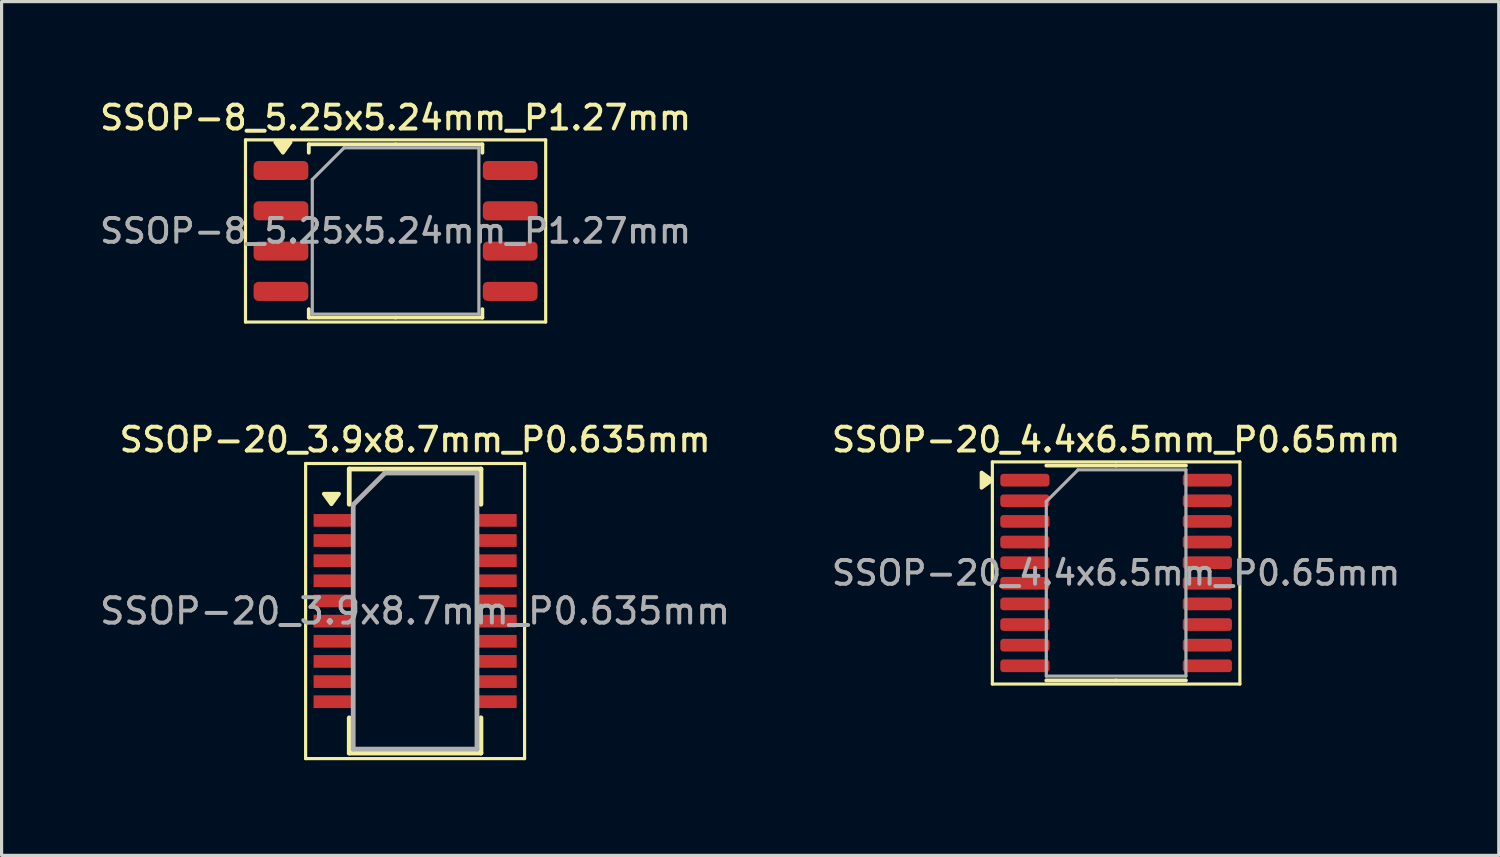
<source format=kicad_pcb>
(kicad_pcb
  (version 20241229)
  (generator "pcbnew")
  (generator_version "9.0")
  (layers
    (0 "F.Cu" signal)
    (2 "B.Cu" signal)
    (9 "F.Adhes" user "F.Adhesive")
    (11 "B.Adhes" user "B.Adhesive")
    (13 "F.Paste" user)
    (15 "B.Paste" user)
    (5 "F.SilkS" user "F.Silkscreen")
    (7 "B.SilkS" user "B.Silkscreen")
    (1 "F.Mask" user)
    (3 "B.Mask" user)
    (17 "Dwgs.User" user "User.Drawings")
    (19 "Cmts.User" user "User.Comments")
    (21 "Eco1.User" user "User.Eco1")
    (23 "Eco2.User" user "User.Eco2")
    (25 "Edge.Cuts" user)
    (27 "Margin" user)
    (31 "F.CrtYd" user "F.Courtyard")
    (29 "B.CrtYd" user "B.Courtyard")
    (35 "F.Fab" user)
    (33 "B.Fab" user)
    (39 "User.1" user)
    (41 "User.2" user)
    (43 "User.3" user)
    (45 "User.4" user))
  (footprint "SSOP-20_3.9x8.7mm_P0.635mm"
    (layer "F.Cu")
    (at 10.031 16.206)
    (property "Reference" "SSOP-20_3.9x8.7mm_P0.635mm" (at 0 -5.4 0) (layer "F.SilkS") (effects (font (size 0.75 0.75) (thickness 0.125))))
    (attr smd)
    (fp_line (start -3.45 -4.65) (end -3.45 4.65) (stroke (width 0.1) (type solid)) (layer "F.SilkS"))
    (fp_line (start -3.45 -4.65) (end 3.45 -4.65) (stroke (width 0.1) (type solid)) (layer "F.SilkS"))
    (fp_line (start -3.45 4.65) (end 3.45 4.65) (stroke (width 0.1) (type solid)) (layer "F.SilkS"))
    (fp_line (start -2.075 -4.475) (end 2.075 -4.475) (stroke (width 0.15) (type solid)) (layer "F.SilkS"))
    (fp_line (start -2.075 -3.365) (end -2.075 -4.475) (stroke (width 0.15) (type solid)) (layer "F.SilkS"))
    (fp_line (start -2.075 4.475) (end -2.075 3.365) (stroke (width 0.15) (type solid)) (layer "F.SilkS"))
    (fp_line (start -2.075 4.475) (end 2.075 4.475) (stroke (width 0.15) (type solid)) (layer "F.SilkS"))
    (fp_line (start 2.075 -4.475) (end 2.075 -3.365) (stroke (width 0.15) (type solid)) (layer "F.SilkS"))
    (fp_line (start 2.075 4.475) (end 2.075 3.365) (stroke (width 0.15) (type solid)) (layer "F.SilkS"))
    (fp_line (start 3.45 -4.65) (end 3.45 4.65) (stroke (width 0.1) (type solid)) (layer "F.SilkS"))
    (fp_poly (pts (xy -2.638 -3.365) (xy -2.877 -3.695) (xy -2.397 -3.695) (xy -2.638 -3.365)) (stroke (width 0.12) (type solid)) (fill yes) (layer "F.SilkS"))
    (fp_line (start -1.95 -3.35) (end -0.95 -4.35) (stroke (width 0.15) (type solid)) (layer "F.Fab"))
    (fp_line (start -1.95 4.35) (end -1.95 -3.35) (stroke (width 0.15) (type solid)) (layer "F.Fab"))
    (fp_line (start -0.95 -4.35) (end 1.95 -4.35) (stroke (width 0.15) (type solid)) (layer "F.Fab"))
    (fp_line (start 1.95 -4.35) (end 1.95 4.35) (stroke (width 0.15) (type solid)) (layer "F.Fab"))
    (fp_line (start 1.95 4.35) (end -1.95 4.35) (stroke (width 0.15) (type solid)) (layer "F.Fab"))
    (fp_text user "${REFERENCE}" (at 0 0 0) (layer "F.Fab") (effects (font (size 0.8 0.8) (thickness 0.125))))
    (pad "1" smd rect (at -2.6 -2.857) (size 1.2 0.4) (layers "F.Cu" "F.Mask" "F.Paste"))
    (pad "2" smd rect (at -2.6 -2.223) (size 1.2 0.4) (layers "F.Cu" "F.Mask" "F.Paste"))
    (pad "3" smd rect (at -2.6 -1.587) (size 1.2 0.4) (layers "F.Cu" "F.Mask" "F.Paste"))
    (pad "4" smd rect (at -2.6 -0.953) (size 1.2 0.4) (layers "F.Cu" "F.Mask" "F.Paste"))
    (pad "5" smd rect (at -2.6 -0.318) (size 1.2 0.4) (layers "F.Cu" "F.Mask" "F.Paste"))
    (pad "6" smd rect (at -2.6 0.318) (size 1.2 0.4) (layers "F.Cu" "F.Mask" "F.Paste"))
    (pad "7" smd rect (at -2.6 0.953) (size 1.2 0.4) (layers "F.Cu" "F.Mask" "F.Paste"))
    (pad "8" smd rect (at -2.6 1.587) (size 1.2 0.4) (layers "F.Cu" "F.Mask" "F.Paste"))
    (pad "9" smd rect (at -2.6 2.223) (size 1.2 0.4) (layers "F.Cu" "F.Mask" "F.Paste"))
    (pad "10" smd rect (at -2.6 2.857) (size 1.2 0.4) (layers "F.Cu" "F.Mask" "F.Paste"))
    (pad "11" smd rect (at 2.6 2.857) (size 1.2 0.4) (layers "F.Cu" "F.Mask" "F.Paste"))
    (pad "12" smd rect (at 2.6 2.223) (size 1.2 0.4) (layers "F.Cu" "F.Mask" "F.Paste"))
    (pad "13" smd rect (at 2.6 1.587) (size 1.2 0.4) (layers "F.Cu" "F.Mask" "F.Paste"))
    (pad "14" smd rect (at 2.6 0.953) (size 1.2 0.4) (layers "F.Cu" "F.Mask" "F.Paste"))
    (pad "15" smd rect (at 2.6 0.318) (size 1.2 0.4) (layers "F.Cu" "F.Mask" "F.Paste"))
    (pad "16" smd rect (at 2.6 -0.318) (size 1.2 0.4) (layers "F.Cu" "F.Mask" "F.Paste"))
    (pad "17" smd rect (at 2.6 -0.953) (size 1.2 0.4) (layers "F.Cu" "F.Mask" "F.Paste"))
    (pad "18" smd rect (at 2.6 -1.587) (size 1.2 0.4) (layers "F.Cu" "F.Mask" "F.Paste"))
    (pad "19" smd rect (at 2.6 -2.223) (size 1.2 0.4) (layers "F.Cu" "F.Mask" "F.Paste"))
    (pad "20" smd rect (at 2.6 -2.857) (size 1.2 0.4) (layers "F.Cu" "F.Mask" "F.Paste")))
  (footprint "SSOP-8_5.25x5.24mm_P1.27mm"
    (layer "F.Cu")
    (at 9.416 4.228)
    (property "Reference" "SSOP-8_5.25x5.24mm_P1.27mm" (at 0 -3.57 0) (layer "F.SilkS") (effects (font (size 0.75 0.75) (thickness 0.125))))
    (attr smd)
    (fp_line (start -4.73 -2.87) (end -4.73 2.87) (stroke (width 0.1) (type solid)) (layer "F.SilkS"))
    (fp_line (start -4.73 2.87) (end 4.73 2.87) (stroke (width 0.1) (type solid)) (layer "F.SilkS"))
    (fp_line (start -2.735 -2.73) (end -2.735 -2.465) (stroke (width 0.12) (type solid)) (layer "F.SilkS"))
    (fp_line (start -2.735 2.73) (end -2.735 2.465) (stroke (width 0.12) (type solid)) (layer "F.SilkS"))
    (fp_line (start 0 -2.73) (end -2.735 -2.73) (stroke (width 0.12) (type solid)) (layer "F.SilkS"))
    (fp_line (start 0 -2.73) (end 2.735 -2.73) (stroke (width 0.12) (type solid)) (layer "F.SilkS"))
    (fp_line (start 0 2.73) (end -2.735 2.73) (stroke (width 0.12) (type solid)) (layer "F.SilkS"))
    (fp_line (start 0 2.73) (end 2.735 2.73) (stroke (width 0.12) (type solid)) (layer "F.SilkS"))
    (fp_line (start 2.735 -2.73) (end 2.735 -2.465) (stroke (width 0.12) (type solid)) (layer "F.SilkS"))
    (fp_line (start 2.735 2.73) (end 2.735 2.465) (stroke (width 0.12) (type solid)) (layer "F.SilkS"))
    (fp_line (start 4.73 -2.87) (end -4.73 -2.87) (stroke (width 0.1) (type solid)) (layer "F.SilkS"))
    (fp_line (start 4.73 2.87) (end 4.73 -2.87) (stroke (width 0.1) (type solid)) (layer "F.SilkS"))
    (fp_poly (pts (xy -3.55 -2.465) (xy -3.79 -2.795) (xy -3.31 -2.795) (xy -3.55 -2.465)) (stroke (width 0.12) (type solid)) (fill yes) (layer "F.SilkS"))
    (fp_line (start -2.625 -1.62) (end -1.625 -2.62) (stroke (width 0.1) (type solid)) (layer "F.Fab"))
    (fp_line (start -2.625 2.62) (end -2.625 -1.62) (stroke (width 0.1) (type solid)) (layer "F.Fab"))
    (fp_line (start -1.625 -2.62) (end 2.625 -2.62) (stroke (width 0.1) (type solid)) (layer "F.Fab"))
    (fp_line (start 2.625 -2.62) (end 2.625 2.62) (stroke (width 0.1) (type solid)) (layer "F.Fab"))
    (fp_line (start 2.625 2.62) (end -2.625 2.62) (stroke (width 0.1) (type solid)) (layer "F.Fab"))
    (fp_text user "${REFERENCE}" (at 0 0 0) (layer "F.Fab") (effects (font (size 0.75 0.75) (thickness 0.125))))
    (pad "1" smd roundrect (at -3.612 -1.905) (size 1.725 0.6) (layers "F.Cu" "F.Mask" "F.Paste") (roundrect_rratio 0.25))
    (pad "2" smd roundrect (at -3.612 -0.635) (size 1.725 0.6) (layers "F.Cu" "F.Mask" "F.Paste") (roundrect_rratio 0.25))
    (pad "3" smd roundrect (at -3.612 0.635) (size 1.725 0.6) (layers "F.Cu" "F.Mask" "F.Paste") (roundrect_rratio 0.25))
    (pad "4" smd roundrect (at -3.612 1.905) (size 1.725 0.6) (layers "F.Cu" "F.Mask" "F.Paste") (roundrect_rratio 0.25))
    (pad "5" smd roundrect (at 3.612 1.905) (size 1.725 0.6) (layers "F.Cu" "F.Mask" "F.Paste") (roundrect_rratio 0.25))
    (pad "6" smd roundrect (at 3.612 0.635) (size 1.725 0.6) (layers "F.Cu" "F.Mask" "F.Paste") (roundrect_rratio 0.25))
    (pad "7" smd roundrect (at 3.612 -0.635) (size 1.725 0.6) (layers "F.Cu" "F.Mask" "F.Paste") (roundrect_rratio 0.25))
    (pad "8" smd roundrect (at 3.612 -1.905) (size 1.725 0.6) (layers "F.Cu" "F.Mask" "F.Paste") (roundrect_rratio 0.25)))
  (footprint "SSOP-20_4.4x6.5mm_P0.65mm"
    (layer "F.Cu")
    (at 32.122 15.006)
    (property "Reference" "SSOP-20_4.4x6.5mm_P0.65mm" (at 0 -4.2 0) (layer "F.SilkS") (effects (font (size 0.75 0.75) (thickness 0.125))))
    (attr smd)
    (fp_line (start -3.9 -3.5) (end -3.9 3.5) (stroke (width 0.1) (type solid)) (layer "F.SilkS"))
    (fp_line (start -3.9 3.5) (end 3.9 3.5) (stroke (width 0.1) (type solid)) (layer "F.SilkS"))
    (fp_line (start 0 -3.385) (end -2.2 -3.385) (stroke (width 0.12) (type solid)) (layer "F.SilkS"))
    (fp_line (start 0 -3.385) (end 2.2 -3.385) (stroke (width 0.12) (type solid)) (layer "F.SilkS"))
    (fp_line (start 0 3.385) (end -2.2 3.385) (stroke (width 0.12) (type solid)) (layer "F.SilkS"))
    (fp_line (start 0 3.385) (end 2.2 3.385) (stroke (width 0.12) (type solid)) (layer "F.SilkS"))
    (fp_line (start 3.9 -3.5) (end -3.9 -3.5) (stroke (width 0.1) (type solid)) (layer "F.SilkS"))
    (fp_line (start 3.9 3.5) (end 3.9 -3.5) (stroke (width 0.1) (type solid)) (layer "F.SilkS"))
    (fp_poly (pts (xy -3.91 -2.925) (xy -4.24 -3.165) (xy -4.24 -2.685) (xy -3.91 -2.925)) (stroke (width 0.12) (type solid)) (fill yes) (layer "F.SilkS"))
    (fp_line (start -2.2 -2.25) (end -1.2 -3.25) (stroke (width 0.1) (type solid)) (layer "F.Fab"))
    (fp_line (start -2.2 3.25) (end -2.2 -2.25) (stroke (width 0.1) (type solid)) (layer "F.Fab"))
    (fp_line (start -1.2 -3.25) (end 2.2 -3.25) (stroke (width 0.1) (type solid)) (layer "F.Fab"))
    (fp_line (start 2.2 -3.25) (end 2.2 3.25) (stroke (width 0.1) (type solid)) (layer "F.Fab"))
    (fp_line (start 2.2 3.25) (end -2.2 3.25) (stroke (width 0.1) (type solid)) (layer "F.Fab"))
    (fp_text user "${REFERENCE}" (at 0 0 0) (layer "F.Fab") (effects (font (size 0.75 0.75) (thickness 0.125))))
    (pad "1" smd roundrect (at -2.875 -2.925) (size 1.55 0.4) (layers "F.Cu" "F.Mask" "F.Paste") (roundrect_rratio 0.25))
    (pad "2" smd roundrect (at -2.875 -2.275) (size 1.55 0.4) (layers "F.Cu" "F.Mask" "F.Paste") (roundrect_rratio 0.25))
    (pad "3" smd roundrect (at -2.875 -1.625) (size 1.55 0.4) (layers "F.Cu" "F.Mask" "F.Paste") (roundrect_rratio 0.25))
    (pad "4" smd roundrect (at -2.875 -0.975) (size 1.55 0.4) (layers "F.Cu" "F.Mask" "F.Paste") (roundrect_rratio 0.25))
    (pad "5" smd roundrect (at -2.875 -0.325) (size 1.55 0.4) (layers "F.Cu" "F.Mask" "F.Paste") (roundrect_rratio 0.25))
    (pad "6" smd roundrect (at -2.875 0.325) (size 1.55 0.4) (layers "F.Cu" "F.Mask" "F.Paste") (roundrect_rratio 0.25))
    (pad "7" smd roundrect (at -2.875 0.975) (size 1.55 0.4) (layers "F.Cu" "F.Mask" "F.Paste") (roundrect_rratio 0.25))
    (pad "8" smd roundrect (at -2.875 1.625) (size 1.55 0.4) (layers "F.Cu" "F.Mask" "F.Paste") (roundrect_rratio 0.25))
    (pad "9" smd roundrect (at -2.875 2.275) (size 1.55 0.4) (layers "F.Cu" "F.Mask" "F.Paste") (roundrect_rratio 0.25))
    (pad "10" smd roundrect (at -2.875 2.925) (size 1.55 0.4) (layers "F.Cu" "F.Mask" "F.Paste") (roundrect_rratio 0.25))
    (pad "11" smd roundrect (at 2.875 2.925) (size 1.55 0.4) (layers "F.Cu" "F.Mask" "F.Paste") (roundrect_rratio 0.25))
    (pad "12" smd roundrect (at 2.875 2.275) (size 1.55 0.4) (layers "F.Cu" "F.Mask" "F.Paste") (roundrect_rratio 0.25))
    (pad "13" smd roundrect (at 2.875 1.625) (size 1.55 0.4) (layers "F.Cu" "F.Mask" "F.Paste") (roundrect_rratio 0.25))
    (pad "14" smd roundrect (at 2.875 0.975) (size 1.55 0.4) (layers "F.Cu" "F.Mask" "F.Paste") (roundrect_rratio 0.25))
    (pad "15" smd roundrect (at 2.875 0.325) (size 1.55 0.4) (layers "F.Cu" "F.Mask" "F.Paste") (roundrect_rratio 0.25))
    (pad "16" smd roundrect (at 2.875 -0.325) (size 1.55 0.4) (layers "F.Cu" "F.Mask" "F.Paste") (roundrect_rratio 0.25))
    (pad "17" smd roundrect (at 2.875 -0.975) (size 1.55 0.4) (layers "F.Cu" "F.Mask" "F.Paste") (roundrect_rratio 0.25))
    (pad "18" smd roundrect (at 2.875 -1.625) (size 1.55 0.4) (layers "F.Cu" "F.Mask" "F.Paste") (roundrect_rratio 0.25))
    (pad "19" smd roundrect (at 2.875 -2.275) (size 1.55 0.4) (layers "F.Cu" "F.Mask" "F.Paste") (roundrect_rratio 0.25))
    (pad "20" smd roundrect (at 2.875 -2.925) (size 1.55 0.4) (layers "F.Cu" "F.Mask" "F.Paste") (roundrect_rratio 0.25)))
  (gr_rect
    (start -3 -3)
    (end 44.18 23.906)
    (stroke (width 0.1) (type default))
    (fill no)
    (layer "Edge.Cuts")))
</source>
